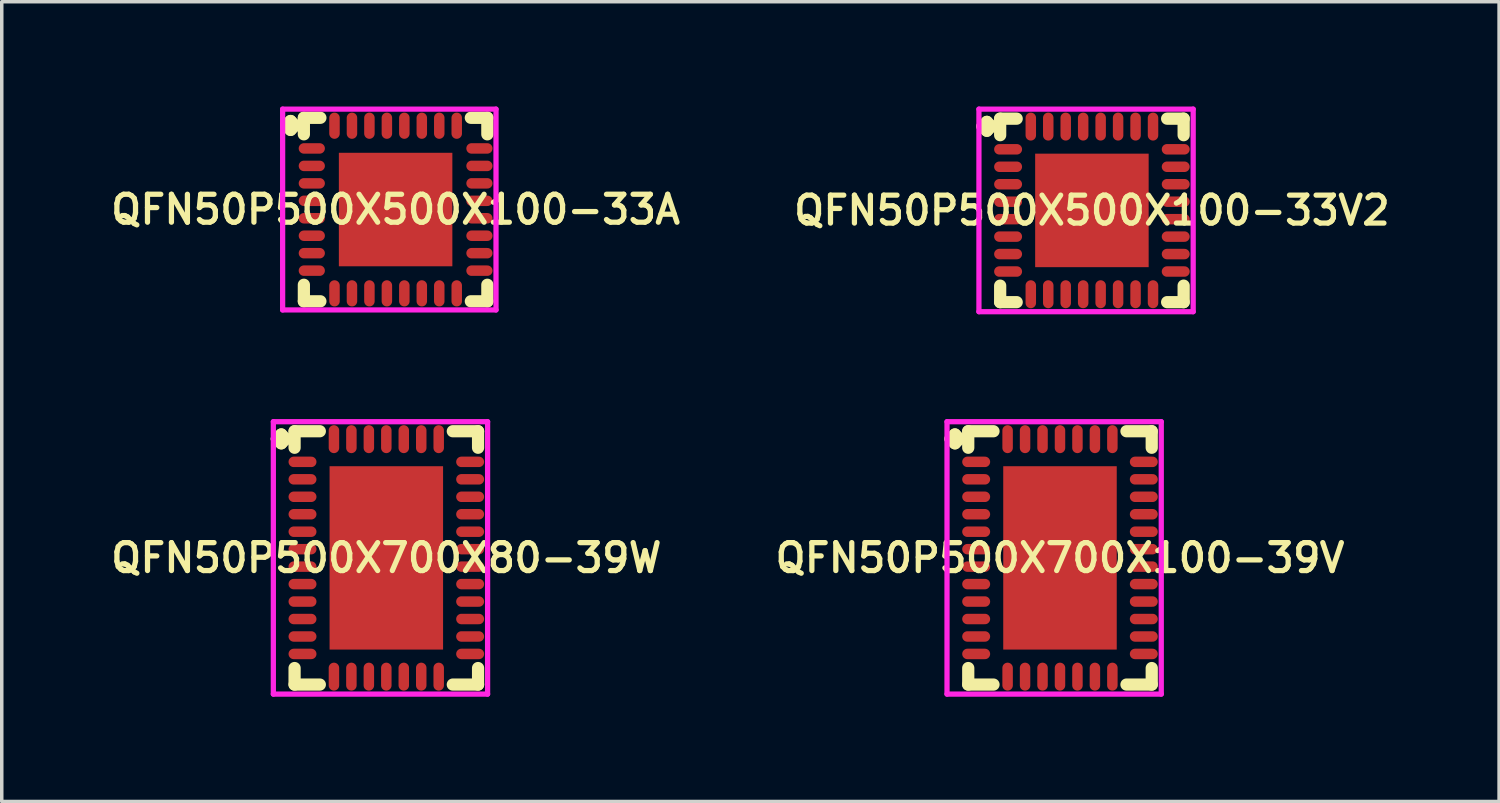
<source format=kicad_pcb>
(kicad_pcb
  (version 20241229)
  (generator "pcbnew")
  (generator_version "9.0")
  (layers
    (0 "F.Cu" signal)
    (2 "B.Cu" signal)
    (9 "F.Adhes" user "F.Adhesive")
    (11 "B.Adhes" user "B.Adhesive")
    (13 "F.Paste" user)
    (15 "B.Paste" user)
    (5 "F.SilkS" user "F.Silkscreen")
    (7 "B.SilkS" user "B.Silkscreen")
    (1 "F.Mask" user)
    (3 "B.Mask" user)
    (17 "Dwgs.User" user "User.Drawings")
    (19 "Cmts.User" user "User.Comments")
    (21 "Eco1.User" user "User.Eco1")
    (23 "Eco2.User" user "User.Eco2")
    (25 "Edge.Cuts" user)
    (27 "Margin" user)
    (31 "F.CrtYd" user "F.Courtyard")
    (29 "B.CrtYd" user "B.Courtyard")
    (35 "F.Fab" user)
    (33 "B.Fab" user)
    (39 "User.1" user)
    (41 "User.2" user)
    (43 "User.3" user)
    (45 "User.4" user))
  (footprint "QFN50P500X500X100-33A"
    (layer "F.Cu")
    (at 8.278 2.95)
    (property "Reference" "QFN50P500X500X100-33A" (at 0 0 0) (layer "F.SilkS") (effects (font (size 0.8 0.8) (thickness 0.15))))
    (attr smd)
    (fp_line (start -3.135 -2.408) (end -3.008 -2.535) (stroke (width 0.35) (type solid)) (layer "F.SilkS"))
    (fp_line (start -3.008 -2.535) (end -2.881 -2.408) (stroke (width 0.35) (type solid)) (layer "F.SilkS"))
    (fp_line (start -3.008 -2.281) (end -3.135 -2.408) (stroke (width 0.35) (type solid)) (layer "F.SilkS"))
    (fp_line (start -2.881 -2.408) (end -3.008 -2.281) (stroke (width 0.35) (type solid)) (layer "F.SilkS"))
    (fp_line (start -2.627 -2.627) (end -2.154 -2.627) (stroke (width 0.35) (type solid)) (layer "F.SilkS"))
    (fp_line (start -2.627 -2.154) (end -2.627 -2.627) (stroke (width 0.35) (type solid)) (layer "F.SilkS"))
    (fp_line (start -2.627 2.154) (end -2.627 2.627) (stroke (width 0.35) (type solid)) (layer "F.SilkS"))
    (fp_line (start -2.627 2.627) (end -2.154 2.627) (stroke (width 0.35) (type solid)) (layer "F.SilkS"))
    (fp_line (start 2.154 -2.627) (end 2.627 -2.627) (stroke (width 0.35) (type solid)) (layer "F.SilkS"))
    (fp_line (start 2.154 2.627) (end 2.627 2.627) (stroke (width 0.35) (type solid)) (layer "F.SilkS"))
    (fp_line (start 2.627 -2.627) (end 2.627 -2.154) (stroke (width 0.35) (type solid)) (layer "F.SilkS"))
    (fp_line (start 2.627 2.627) (end 2.627 2.154) (stroke (width 0.35) (type solid)) (layer "F.SilkS"))
    (fp_line (start -3.235 -2.875) (end 2.875 -2.875) (stroke (width 0.15) (type solid)) (layer "F.CrtYd"))
    (fp_line (start -3.235 2.875) (end -3.235 -2.875) (stroke (width 0.15) (type solid)) (layer "F.CrtYd"))
    (fp_line (start 2.875 -2.875) (end 2.875 2.875) (stroke (width 0.15) (type solid)) (layer "F.CrtYd"))
    (fp_line (start 2.875 2.875) (end -3.235 2.875) (stroke (width 0.15) (type solid)) (layer "F.CrtYd"))
    (pad "1" smd oval (at -2.4 -1.75) (size 0.75 0.3) (layers "F.Cu" "F.Mask" "F.Paste"))
    (pad "2" smd oval (at -2.4 -1.25) (size 0.75 0.3) (layers "F.Cu" "F.Mask" "F.Paste"))
    (pad "3" smd oval (at -2.4 -0.75) (size 0.75 0.3) (layers "F.Cu" "F.Mask" "F.Paste"))
    (pad "4" smd oval (at -2.4 -0.25) (size 0.75 0.3) (layers "F.Cu" "F.Mask" "F.Paste"))
    (pad "5" smd oval (at -2.4 0.25) (size 0.75 0.3) (layers "F.Cu" "F.Mask" "F.Paste"))
    (pad "6" smd oval (at -2.4 0.75) (size 0.75 0.3) (layers "F.Cu" "F.Mask" "F.Paste"))
    (pad "7" smd oval (at -2.4 1.25) (size 0.75 0.3) (layers "F.Cu" "F.Mask" "F.Paste"))
    (pad "8" smd oval (at -2.4 1.75) (size 0.75 0.3) (layers "F.Cu" "F.Mask" "F.Paste"))
    (pad "9" smd oval (at -1.75 2.4) (size 0.3 0.75) (layers "F.Cu" "F.Mask" "F.Paste"))
    (pad "10" smd oval (at -1.25 2.4) (size 0.3 0.75) (layers "F.Cu" "F.Mask" "F.Paste"))
    (pad "11" smd oval (at -0.75 2.4) (size 0.3 0.75) (layers "F.Cu" "F.Mask" "F.Paste"))
    (pad "12" smd oval (at -0.25 2.4) (size 0.3 0.75) (layers "F.Cu" "F.Mask" "F.Paste"))
    (pad "13" smd oval (at 0.25 2.4) (size 0.3 0.75) (layers "F.Cu" "F.Mask" "F.Paste"))
    (pad "14" smd oval (at 0.75 2.4) (size 0.3 0.75) (layers "F.Cu" "F.Mask" "F.Paste"))
    (pad "15" smd oval (at 1.25 2.4) (size 0.3 0.75) (layers "F.Cu" "F.Mask" "F.Paste"))
    (pad "16" smd oval (at 1.75 2.4) (size 0.3 0.75) (layers "F.Cu" "F.Mask" "F.Paste"))
    (pad "17" smd oval (at 2.4 1.75) (size 0.75 0.3) (layers "F.Cu" "F.Mask" "F.Paste"))
    (pad "18" smd oval (at 2.4 1.25) (size 0.75 0.3) (layers "F.Cu" "F.Mask" "F.Paste"))
    (pad "19" smd oval (at 2.4 0.75) (size 0.75 0.3) (layers "F.Cu" "F.Mask" "F.Paste"))
    (pad "20" smd oval (at 2.4 0.25) (size 0.75 0.3) (layers "F.Cu" "F.Mask" "F.Paste"))
    (pad "21" smd oval (at 2.4 -0.25) (size 0.75 0.3) (layers "F.Cu" "F.Mask" "F.Paste"))
    (pad "22" smd oval (at 2.4 -0.75) (size 0.75 0.3) (layers "F.Cu" "F.Mask" "F.Paste"))
    (pad "23" smd oval (at 2.4 -1.25) (size 0.75 0.3) (layers "F.Cu" "F.Mask" "F.Paste"))
    (pad "24" smd oval (at 2.4 -1.75) (size 0.75 0.3) (layers "F.Cu" "F.Mask" "F.Paste"))
    (pad "25" smd oval (at 1.75 -2.4) (size 0.3 0.75) (layers "F.Cu" "F.Mask" "F.Paste"))
    (pad "26" smd oval (at 1.25 -2.4) (size 0.3 0.75) (layers "F.Cu" "F.Mask" "F.Paste"))
    (pad "27" smd oval (at 0.75 -2.4) (size 0.3 0.75) (layers "F.Cu" "F.Mask" "F.Paste"))
    (pad "28" smd oval (at 0.25 -2.4) (size 0.3 0.75) (layers "F.Cu" "F.Mask" "F.Paste"))
    (pad "29" smd oval (at -0.25 -2.4) (size 0.3 0.75) (layers "F.Cu" "F.Mask" "F.Paste"))
    (pad "30" smd oval (at -0.75 -2.4) (size 0.3 0.75) (layers "F.Cu" "F.Mask" "F.Paste"))
    (pad "31" smd oval (at -1.25 -2.4) (size 0.3 0.75) (layers "F.Cu" "F.Mask" "F.Paste"))
    (pad "32" smd oval (at -1.75 -2.4) (size 0.3 0.75) (layers "F.Cu" "F.Mask" "F.Paste"))
    (pad "33" smd rect (at 0 0) (size 3.25 3.25) (layers "F.Cu" "F.Mask" "F.Paste")))
  (footprint "QFN50P500X700X80-39W"
    (layer "F.Cu")
    (at 8.012 12.925)
    (property "Reference" "QFN50P500X700X80-39W" (at 0 0 0) (layer "F.SilkS") (effects (font (size 0.8 0.8) (thickness 0.15))))
    (attr smd)
    (fp_line (start -3.135 -3.408) (end -3.008 -3.535) (stroke (width 0.35) (type solid)) (layer "F.SilkS"))
    (fp_line (start -3.008 -3.535) (end -2.881 -3.408) (stroke (width 0.35) (type solid)) (layer "F.SilkS"))
    (fp_line (start -3.008 -3.281) (end -3.135 -3.408) (stroke (width 0.35) (type solid)) (layer "F.SilkS"))
    (fp_line (start -2.881 -3.408) (end -3.008 -3.281) (stroke (width 0.35) (type solid)) (layer "F.SilkS"))
    (fp_line (start -2.627 -3.627) (end -1.904 -3.627) (stroke (width 0.35) (type solid)) (layer "F.SilkS"))
    (fp_line (start -2.627 -3.154) (end -2.627 -3.627) (stroke (width 0.35) (type solid)) (layer "F.SilkS"))
    (fp_line (start -2.627 3.154) (end -2.627 3.627) (stroke (width 0.35) (type solid)) (layer "F.SilkS"))
    (fp_line (start -2.627 3.627) (end -1.904 3.627) (stroke (width 0.35) (type solid)) (layer "F.SilkS"))
    (fp_line (start 1.904 -3.627) (end 2.627 -3.627) (stroke (width 0.35) (type solid)) (layer "F.SilkS"))
    (fp_line (start 1.904 3.627) (end 2.627 3.627) (stroke (width 0.35) (type solid)) (layer "F.SilkS"))
    (fp_line (start 2.627 -3.627) (end 2.627 -3.154) (stroke (width 0.35) (type solid)) (layer "F.SilkS"))
    (fp_line (start 2.627 3.627) (end 2.627 3.154) (stroke (width 0.35) (type solid)) (layer "F.SilkS"))
    (fp_line (start -3.235 -3.9) (end 2.9 -3.9) (stroke (width 0.15) (type solid)) (layer "F.CrtYd"))
    (fp_line (start -3.235 3.9) (end -3.235 -3.9) (stroke (width 0.15) (type solid)) (layer "F.CrtYd"))
    (fp_line (start 2.9 -3.9) (end 2.9 3.9) (stroke (width 0.15) (type solid)) (layer "F.CrtYd"))
    (fp_line (start 2.9 3.9) (end -3.235 3.9) (stroke (width 0.15) (type solid)) (layer "F.CrtYd"))
    (pad "1" smd oval (at -2.4 -2.75) (size 0.8 0.3) (layers "F.Cu" "F.Mask" "F.Paste"))
    (pad "2" smd oval (at -2.4 -2.25) (size 0.8 0.3) (layers "F.Cu" "F.Mask" "F.Paste"))
    (pad "3" smd oval (at -2.4 -1.75) (size 0.8 0.3) (layers "F.Cu" "F.Mask" "F.Paste"))
    (pad "4" smd oval (at -2.4 -1.25) (size 0.8 0.3) (layers "F.Cu" "F.Mask" "F.Paste"))
    (pad "5" smd oval (at -2.4 -0.75) (size 0.8 0.3) (layers "F.Cu" "F.Mask" "F.Paste"))
    (pad "6" smd oval (at -2.4 -0.25) (size 0.8 0.3) (layers "F.Cu" "F.Mask" "F.Paste"))
    (pad "7" smd oval (at -2.4 0.25) (size 0.8 0.3) (layers "F.Cu" "F.Mask" "F.Paste"))
    (pad "8" smd oval (at -2.4 0.75) (size 0.8 0.3) (layers "F.Cu" "F.Mask" "F.Paste"))
    (pad "9" smd oval (at -2.4 1.25) (size 0.8 0.3) (layers "F.Cu" "F.Mask" "F.Paste"))
    (pad "10" smd oval (at -2.4 1.75) (size 0.8 0.3) (layers "F.Cu" "F.Mask" "F.Paste"))
    (pad "11" smd oval (at -2.4 2.25) (size 0.8 0.3) (layers "F.Cu" "F.Mask" "F.Paste"))
    (pad "12" smd oval (at -2.4 2.75) (size 0.8 0.3) (layers "F.Cu" "F.Mask" "F.Paste"))
    (pad "13" smd oval (at -1.5 3.4) (size 0.3 0.8) (layers "F.Cu" "F.Mask" "F.Paste"))
    (pad "14" smd oval (at -1 3.4) (size 0.3 0.8) (layers "F.Cu" "F.Mask" "F.Paste"))
    (pad "15" smd oval (at -0.5 3.4) (size 0.3 0.8) (layers "F.Cu" "F.Mask" "F.Paste"))
    (pad "16" smd oval (at 0 3.4) (size 0.3 0.8) (layers "F.Cu" "F.Mask" "F.Paste"))
    (pad "17" smd oval (at 0.5 3.4) (size 0.3 0.8) (layers "F.Cu" "F.Mask" "F.Paste"))
    (pad "18" smd oval (at 1 3.4) (size 0.3 0.8) (layers "F.Cu" "F.Mask" "F.Paste"))
    (pad "19" smd oval (at 1.5 3.4) (size 0.3 0.8) (layers "F.Cu" "F.Mask" "F.Paste"))
    (pad "20" smd oval (at 2.4 2.75) (size 0.8 0.3) (layers "F.Cu" "F.Mask" "F.Paste"))
    (pad "21" smd oval (at 2.4 2.25) (size 0.8 0.3) (layers "F.Cu" "F.Mask" "F.Paste"))
    (pad "22" smd oval (at 2.4 1.75) (size 0.8 0.3) (layers "F.Cu" "F.Mask" "F.Paste"))
    (pad "23" smd oval (at 2.4 1.25) (size 0.8 0.3) (layers "F.Cu" "F.Mask" "F.Paste"))
    (pad "24" smd oval (at 2.4 0.75) (size 0.8 0.3) (layers "F.Cu" "F.Mask" "F.Paste"))
    (pad "25" smd oval (at 2.4 0.25) (size 0.8 0.3) (layers "F.Cu" "F.Mask" "F.Paste"))
    (pad "26" smd oval (at 2.4 -0.25) (size 0.8 0.3) (layers "F.Cu" "F.Mask" "F.Paste"))
    (pad "27" smd oval (at 2.4 -0.75) (size 0.8 0.3) (layers "F.Cu" "F.Mask" "F.Paste"))
    (pad "28" smd oval (at 2.4 -1.25) (size 0.8 0.3) (layers "F.Cu" "F.Mask" "F.Paste"))
    (pad "29" smd oval (at 2.4 -1.75) (size 0.8 0.3) (layers "F.Cu" "F.Mask" "F.Paste"))
    (pad "30" smd oval (at 2.4 -2.25) (size 0.8 0.3) (layers "F.Cu" "F.Mask" "F.Paste"))
    (pad "31" smd oval (at 2.4 -2.75) (size 0.8 0.3) (layers "F.Cu" "F.Mask" "F.Paste"))
    (pad "32" smd oval (at 1.5 -3.4) (size 0.3 0.8) (layers "F.Cu" "F.Mask" "F.Paste"))
    (pad "33" smd oval (at 1 -3.4) (size 0.3 0.8) (layers "F.Cu" "F.Mask" "F.Paste"))
    (pad "34" smd oval (at 0.5 -3.4) (size 0.3 0.8) (layers "F.Cu" "F.Mask" "F.Paste"))
    (pad "35" smd oval (at 0 -3.4) (size 0.3 0.8) (layers "F.Cu" "F.Mask" "F.Paste"))
    (pad "36" smd oval (at -0.5 -3.4) (size 0.3 0.8) (layers "F.Cu" "F.Mask" "F.Paste"))
    (pad "37" smd oval (at -1 -3.4) (size 0.3 0.8) (layers "F.Cu" "F.Mask" "F.Paste"))
    (pad "38" smd oval (at -1.5 -3.4) (size 0.3 0.8) (layers "F.Cu" "F.Mask" "F.Paste"))
    (pad "39" smd rect (at 0 0) (size 3.25 5.25) (layers "F.Cu" "F.Mask" "F.Paste")))
  (footprint "QFN50P500X500X100-33V2"
    (layer "F.Cu")
    (at 28.216 2.975)
    (property "Reference" "QFN50P500X500X100-33V2" (at 0 0 0) (layer "F.SilkS") (effects (font (size 0.8 0.8) (thickness 0.15))))
    (attr smd)
    (fp_line (start -3.135 -2.408) (end -3.008 -2.535) (stroke (width 0.35) (type solid)) (layer "F.SilkS"))
    (fp_line (start -3.008 -2.535) (end -2.881 -2.408) (stroke (width 0.35) (type solid)) (layer "F.SilkS"))
    (fp_line (start -3.008 -2.281) (end -3.135 -2.408) (stroke (width 0.35) (type solid)) (layer "F.SilkS"))
    (fp_line (start -2.881 -2.408) (end -3.008 -2.281) (stroke (width 0.35) (type solid)) (layer "F.SilkS"))
    (fp_line (start -2.627 -2.627) (end -2.154 -2.627) (stroke (width 0.35) (type solid)) (layer "F.SilkS"))
    (fp_line (start -2.627 -2.154) (end -2.627 -2.627) (stroke (width 0.35) (type solid)) (layer "F.SilkS"))
    (fp_line (start -2.627 2.154) (end -2.627 2.627) (stroke (width 0.35) (type solid)) (layer "F.SilkS"))
    (fp_line (start -2.627 2.627) (end -2.154 2.627) (stroke (width 0.35) (type solid)) (layer "F.SilkS"))
    (fp_line (start 2.154 -2.627) (end 2.627 -2.627) (stroke (width 0.35) (type solid)) (layer "F.SilkS"))
    (fp_line (start 2.154 2.627) (end 2.627 2.627) (stroke (width 0.35) (type solid)) (layer "F.SilkS"))
    (fp_line (start 2.627 -2.627) (end 2.627 -2.154) (stroke (width 0.35) (type solid)) (layer "F.SilkS"))
    (fp_line (start 2.627 2.627) (end 2.627 2.154) (stroke (width 0.35) (type solid)) (layer "F.SilkS"))
    (fp_line (start -3.235 -2.9) (end 2.9 -2.9) (stroke (width 0.15) (type solid)) (layer "F.CrtYd"))
    (fp_line (start -3.235 2.9) (end -3.235 -2.9) (stroke (width 0.15) (type solid)) (layer "F.CrtYd"))
    (fp_line (start 2.9 -2.9) (end 2.9 2.9) (stroke (width 0.15) (type solid)) (layer "F.CrtYd"))
    (fp_line (start 2.9 2.9) (end -3.235 2.9) (stroke (width 0.15) (type solid)) (layer "F.CrtYd"))
    (pad "1" smd oval (at -2.4 -1.75) (size 0.8 0.3) (layers "F.Cu" "F.Mask" "F.Paste"))
    (pad "2" smd oval (at -2.4 -1.25) (size 0.8 0.3) (layers "F.Cu" "F.Mask" "F.Paste"))
    (pad "3" smd oval (at -2.4 -0.75) (size 0.8 0.3) (layers "F.Cu" "F.Mask" "F.Paste"))
    (pad "4" smd oval (at -2.4 -0.25) (size 0.8 0.3) (layers "F.Cu" "F.Mask" "F.Paste"))
    (pad "5" smd oval (at -2.4 0.25) (size 0.8 0.3) (layers "F.Cu" "F.Mask" "F.Paste"))
    (pad "6" smd oval (at -2.4 0.75) (size 0.8 0.3) (layers "F.Cu" "F.Mask" "F.Paste"))
    (pad "7" smd oval (at -2.4 1.25) (size 0.8 0.3) (layers "F.Cu" "F.Mask" "F.Paste"))
    (pad "8" smd oval (at -2.4 1.75) (size 0.8 0.3) (layers "F.Cu" "F.Mask" "F.Paste"))
    (pad "9" smd oval (at -1.75 2.4) (size 0.3 0.8) (layers "F.Cu" "F.Mask" "F.Paste"))
    (pad "10" smd oval (at -1.25 2.4) (size 0.3 0.8) (layers "F.Cu" "F.Mask" "F.Paste"))
    (pad "11" smd oval (at -0.75 2.4) (size 0.3 0.8) (layers "F.Cu" "F.Mask" "F.Paste"))
    (pad "12" smd oval (at -0.25 2.4) (size 0.3 0.8) (layers "F.Cu" "F.Mask" "F.Paste"))
    (pad "13" smd oval (at 0.25 2.4) (size 0.3 0.8) (layers "F.Cu" "F.Mask" "F.Paste"))
    (pad "14" smd oval (at 0.75 2.4) (size 0.3 0.8) (layers "F.Cu" "F.Mask" "F.Paste"))
    (pad "15" smd oval (at 1.25 2.4) (size 0.3 0.8) (layers "F.Cu" "F.Mask" "F.Paste"))
    (pad "16" smd oval (at 1.75 2.4) (size 0.3 0.8) (layers "F.Cu" "F.Mask" "F.Paste"))
    (pad "17" smd oval (at 2.4 1.75) (size 0.8 0.3) (layers "F.Cu" "F.Mask" "F.Paste"))
    (pad "18" smd oval (at 2.4 1.25) (size 0.8 0.3) (layers "F.Cu" "F.Mask" "F.Paste"))
    (pad "19" smd oval (at 2.4 0.75) (size 0.8 0.3) (layers "F.Cu" "F.Mask" "F.Paste"))
    (pad "20" smd oval (at 2.4 0.25) (size 0.8 0.3) (layers "F.Cu" "F.Mask" "F.Paste"))
    (pad "21" smd oval (at 2.4 -0.25) (size 0.8 0.3) (layers "F.Cu" "F.Mask" "F.Paste"))
    (pad "22" smd oval (at 2.4 -0.75) (size 0.8 0.3) (layers "F.Cu" "F.Mask" "F.Paste"))
    (pad "23" smd oval (at 2.4 -1.25) (size 0.8 0.3) (layers "F.Cu" "F.Mask" "F.Paste"))
    (pad "24" smd oval (at 2.4 -1.75) (size 0.8 0.3) (layers "F.Cu" "F.Mask" "F.Paste"))
    (pad "25" smd oval (at 1.75 -2.4) (size 0.3 0.8) (layers "F.Cu" "F.Mask" "F.Paste"))
    (pad "26" smd oval (at 1.25 -2.4) (size 0.3 0.8) (layers "F.Cu" "F.Mask" "F.Paste"))
    (pad "27" smd oval (at 0.75 -2.4) (size 0.3 0.8) (layers "F.Cu" "F.Mask" "F.Paste"))
    (pad "28" smd oval (at 0.25 -2.4) (size 0.3 0.8) (layers "F.Cu" "F.Mask" "F.Paste"))
    (pad "29" smd oval (at -0.25 -2.4) (size 0.3 0.8) (layers "F.Cu" "F.Mask" "F.Paste"))
    (pad "30" smd oval (at -0.75 -2.4) (size 0.3 0.8) (layers "F.Cu" "F.Mask" "F.Paste"))
    (pad "31" smd oval (at -1.25 -2.4) (size 0.3 0.8) (layers "F.Cu" "F.Mask" "F.Paste"))
    (pad "32" smd oval (at -1.75 -2.4) (size 0.3 0.8) (layers "F.Cu" "F.Mask" "F.Paste"))
    (pad "33" smd rect (at 0 0) (size 3.25 3.25) (layers "F.Cu" "F.Mask" "F.Paste")))
  (footprint "QFN50P500X700X100-39V"
    (layer "F.Cu")
    (at 27.302 12.925)
    (property "Reference" "QFN50P500X700X100-39V" (at 0 0 0) (layer "F.SilkS") (effects (font (size 0.8 0.8) (thickness 0.15))))
    (attr smd)
    (fp_line (start -3.135 -3.408) (end -3.008 -3.535) (stroke (width 0.35) (type solid)) (layer "F.SilkS"))
    (fp_line (start -3.008 -3.535) (end -2.881 -3.408) (stroke (width 0.35) (type solid)) (layer "F.SilkS"))
    (fp_line (start -3.008 -3.281) (end -3.135 -3.408) (stroke (width 0.35) (type solid)) (layer "F.SilkS"))
    (fp_line (start -2.881 -3.408) (end -3.008 -3.281) (stroke (width 0.35) (type solid)) (layer "F.SilkS"))
    (fp_line (start -2.627 -3.627) (end -1.904 -3.627) (stroke (width 0.35) (type solid)) (layer "F.SilkS"))
    (fp_line (start -2.627 -3.154) (end -2.627 -3.627) (stroke (width 0.35) (type solid)) (layer "F.SilkS"))
    (fp_line (start -2.627 3.154) (end -2.627 3.627) (stroke (width 0.35) (type solid)) (layer "F.SilkS"))
    (fp_line (start -2.627 3.627) (end -1.904 3.627) (stroke (width 0.35) (type solid)) (layer "F.SilkS"))
    (fp_line (start 1.904 -3.627) (end 2.627 -3.627) (stroke (width 0.35) (type solid)) (layer "F.SilkS"))
    (fp_line (start 1.904 3.627) (end 2.627 3.627) (stroke (width 0.35) (type solid)) (layer "F.SilkS"))
    (fp_line (start 2.627 -3.627) (end 2.627 -3.154) (stroke (width 0.35) (type solid)) (layer "F.SilkS"))
    (fp_line (start 2.627 3.627) (end 2.627 3.154) (stroke (width 0.35) (type solid)) (layer "F.SilkS"))
    (fp_line (start -3.235 -3.9) (end 2.9 -3.9) (stroke (width 0.15) (type solid)) (layer "F.CrtYd"))
    (fp_line (start -3.235 3.9) (end -3.235 -3.9) (stroke (width 0.15) (type solid)) (layer "F.CrtYd"))
    (fp_line (start 2.9 -3.9) (end 2.9 3.9) (stroke (width 0.15) (type solid)) (layer "F.CrtYd"))
    (fp_line (start 2.9 3.9) (end -3.235 3.9) (stroke (width 0.15) (type solid)) (layer "F.CrtYd"))
    (pad "1" smd oval (at -2.4 -2.75) (size 0.8 0.3) (layers "F.Cu" "F.Mask" "F.Paste"))
    (pad "2" smd oval (at -2.4 -2.25) (size 0.8 0.3) (layers "F.Cu" "F.Mask" "F.Paste"))
    (pad "3" smd oval (at -2.4 -1.75) (size 0.8 0.3) (layers "F.Cu" "F.Mask" "F.Paste"))
    (pad "4" smd oval (at -2.4 -1.25) (size 0.8 0.3) (layers "F.Cu" "F.Mask" "F.Paste"))
    (pad "5" smd oval (at -2.4 -0.75) (size 0.8 0.3) (layers "F.Cu" "F.Mask" "F.Paste"))
    (pad "6" smd oval (at -2.4 -0.25) (size 0.8 0.3) (layers "F.Cu" "F.Mask" "F.Paste"))
    (pad "7" smd oval (at -2.4 0.25) (size 0.8 0.3) (layers "F.Cu" "F.Mask" "F.Paste"))
    (pad "8" smd oval (at -2.4 0.75) (size 0.8 0.3) (layers "F.Cu" "F.Mask" "F.Paste"))
    (pad "9" smd oval (at -2.4 1.25) (size 0.8 0.3) (layers "F.Cu" "F.Mask" "F.Paste"))
    (pad "10" smd oval (at -2.4 1.75) (size 0.8 0.3) (layers "F.Cu" "F.Mask" "F.Paste"))
    (pad "11" smd oval (at -2.4 2.25) (size 0.8 0.3) (layers "F.Cu" "F.Mask" "F.Paste"))
    (pad "12" smd oval (at -2.4 2.75) (size 0.8 0.3) (layers "F.Cu" "F.Mask" "F.Paste"))
    (pad "13" smd oval (at -1.5 3.4) (size 0.3 0.8) (layers "F.Cu" "F.Mask" "F.Paste"))
    (pad "14" smd oval (at -1 3.4) (size 0.3 0.8) (layers "F.Cu" "F.Mask" "F.Paste"))
    (pad "15" smd oval (at -0.5 3.4) (size 0.3 0.8) (layers "F.Cu" "F.Mask" "F.Paste"))
    (pad "16" smd oval (at 0 3.4) (size 0.3 0.8) (layers "F.Cu" "F.Mask" "F.Paste"))
    (pad "17" smd oval (at 0.5 3.4) (size 0.3 0.8) (layers "F.Cu" "F.Mask" "F.Paste"))
    (pad "18" smd oval (at 1 3.4) (size 0.3 0.8) (layers "F.Cu" "F.Mask" "F.Paste"))
    (pad "19" smd oval (at 1.5 3.4) (size 0.3 0.8) (layers "F.Cu" "F.Mask" "F.Paste"))
    (pad "20" smd oval (at 2.4 2.75) (size 0.8 0.3) (layers "F.Cu" "F.Mask" "F.Paste"))
    (pad "21" smd oval (at 2.4 2.25) (size 0.8 0.3) (layers "F.Cu" "F.Mask" "F.Paste"))
    (pad "22" smd oval (at 2.4 1.75) (size 0.8 0.3) (layers "F.Cu" "F.Mask" "F.Paste"))
    (pad "23" smd oval (at 2.4 1.25) (size 0.8 0.3) (layers "F.Cu" "F.Mask" "F.Paste"))
    (pad "24" smd oval (at 2.4 0.75) (size 0.8 0.3) (layers "F.Cu" "F.Mask" "F.Paste"))
    (pad "25" smd oval (at 2.4 0.25) (size 0.8 0.3) (layers "F.Cu" "F.Mask" "F.Paste"))
    (pad "26" smd oval (at 2.4 -0.25) (size 0.8 0.3) (layers "F.Cu" "F.Mask" "F.Paste"))
    (pad "27" smd oval (at 2.4 -0.75) (size 0.8 0.3) (layers "F.Cu" "F.Mask" "F.Paste"))
    (pad "28" smd oval (at 2.4 -1.25) (size 0.8 0.3) (layers "F.Cu" "F.Mask" "F.Paste"))
    (pad "29" smd oval (at 2.4 -1.75) (size 0.8 0.3) (layers "F.Cu" "F.Mask" "F.Paste"))
    (pad "30" smd oval (at 2.4 -2.25) (size 0.8 0.3) (layers "F.Cu" "F.Mask" "F.Paste"))
    (pad "31" smd oval (at 2.4 -2.75) (size 0.8 0.3) (layers "F.Cu" "F.Mask" "F.Paste"))
    (pad "32" smd oval (at 1.5 -3.4) (size 0.3 0.8) (layers "F.Cu" "F.Mask" "F.Paste"))
    (pad "33" smd oval (at 1 -3.4) (size 0.3 0.8) (layers "F.Cu" "F.Mask" "F.Paste"))
    (pad "34" smd oval (at 0.5 -3.4) (size 0.3 0.8) (layers "F.Cu" "F.Mask" "F.Paste"))
    (pad "35" smd oval (at 0 -3.4) (size 0.3 0.8) (layers "F.Cu" "F.Mask" "F.Paste"))
    (pad "36" smd oval (at -0.5 -3.4) (size 0.3 0.8) (layers "F.Cu" "F.Mask" "F.Paste"))
    (pad "37" smd oval (at -1 -3.4) (size 0.3 0.8) (layers "F.Cu" "F.Mask" "F.Paste"))
    (pad "38" smd oval (at -1.5 -3.4) (size 0.3 0.8) (layers "F.Cu" "F.Mask" "F.Paste"))
    (pad "39" smd rect (at 0 0) (size 3.25 5.25) (layers "F.Cu" "F.Mask" "F.Paste")))
  (gr_rect
    (start -3 -3)
    (end 39.875 19.9)
    (stroke (width 0.1) (type default))
    (fill no)
    (layer "Edge.Cuts")))
</source>
